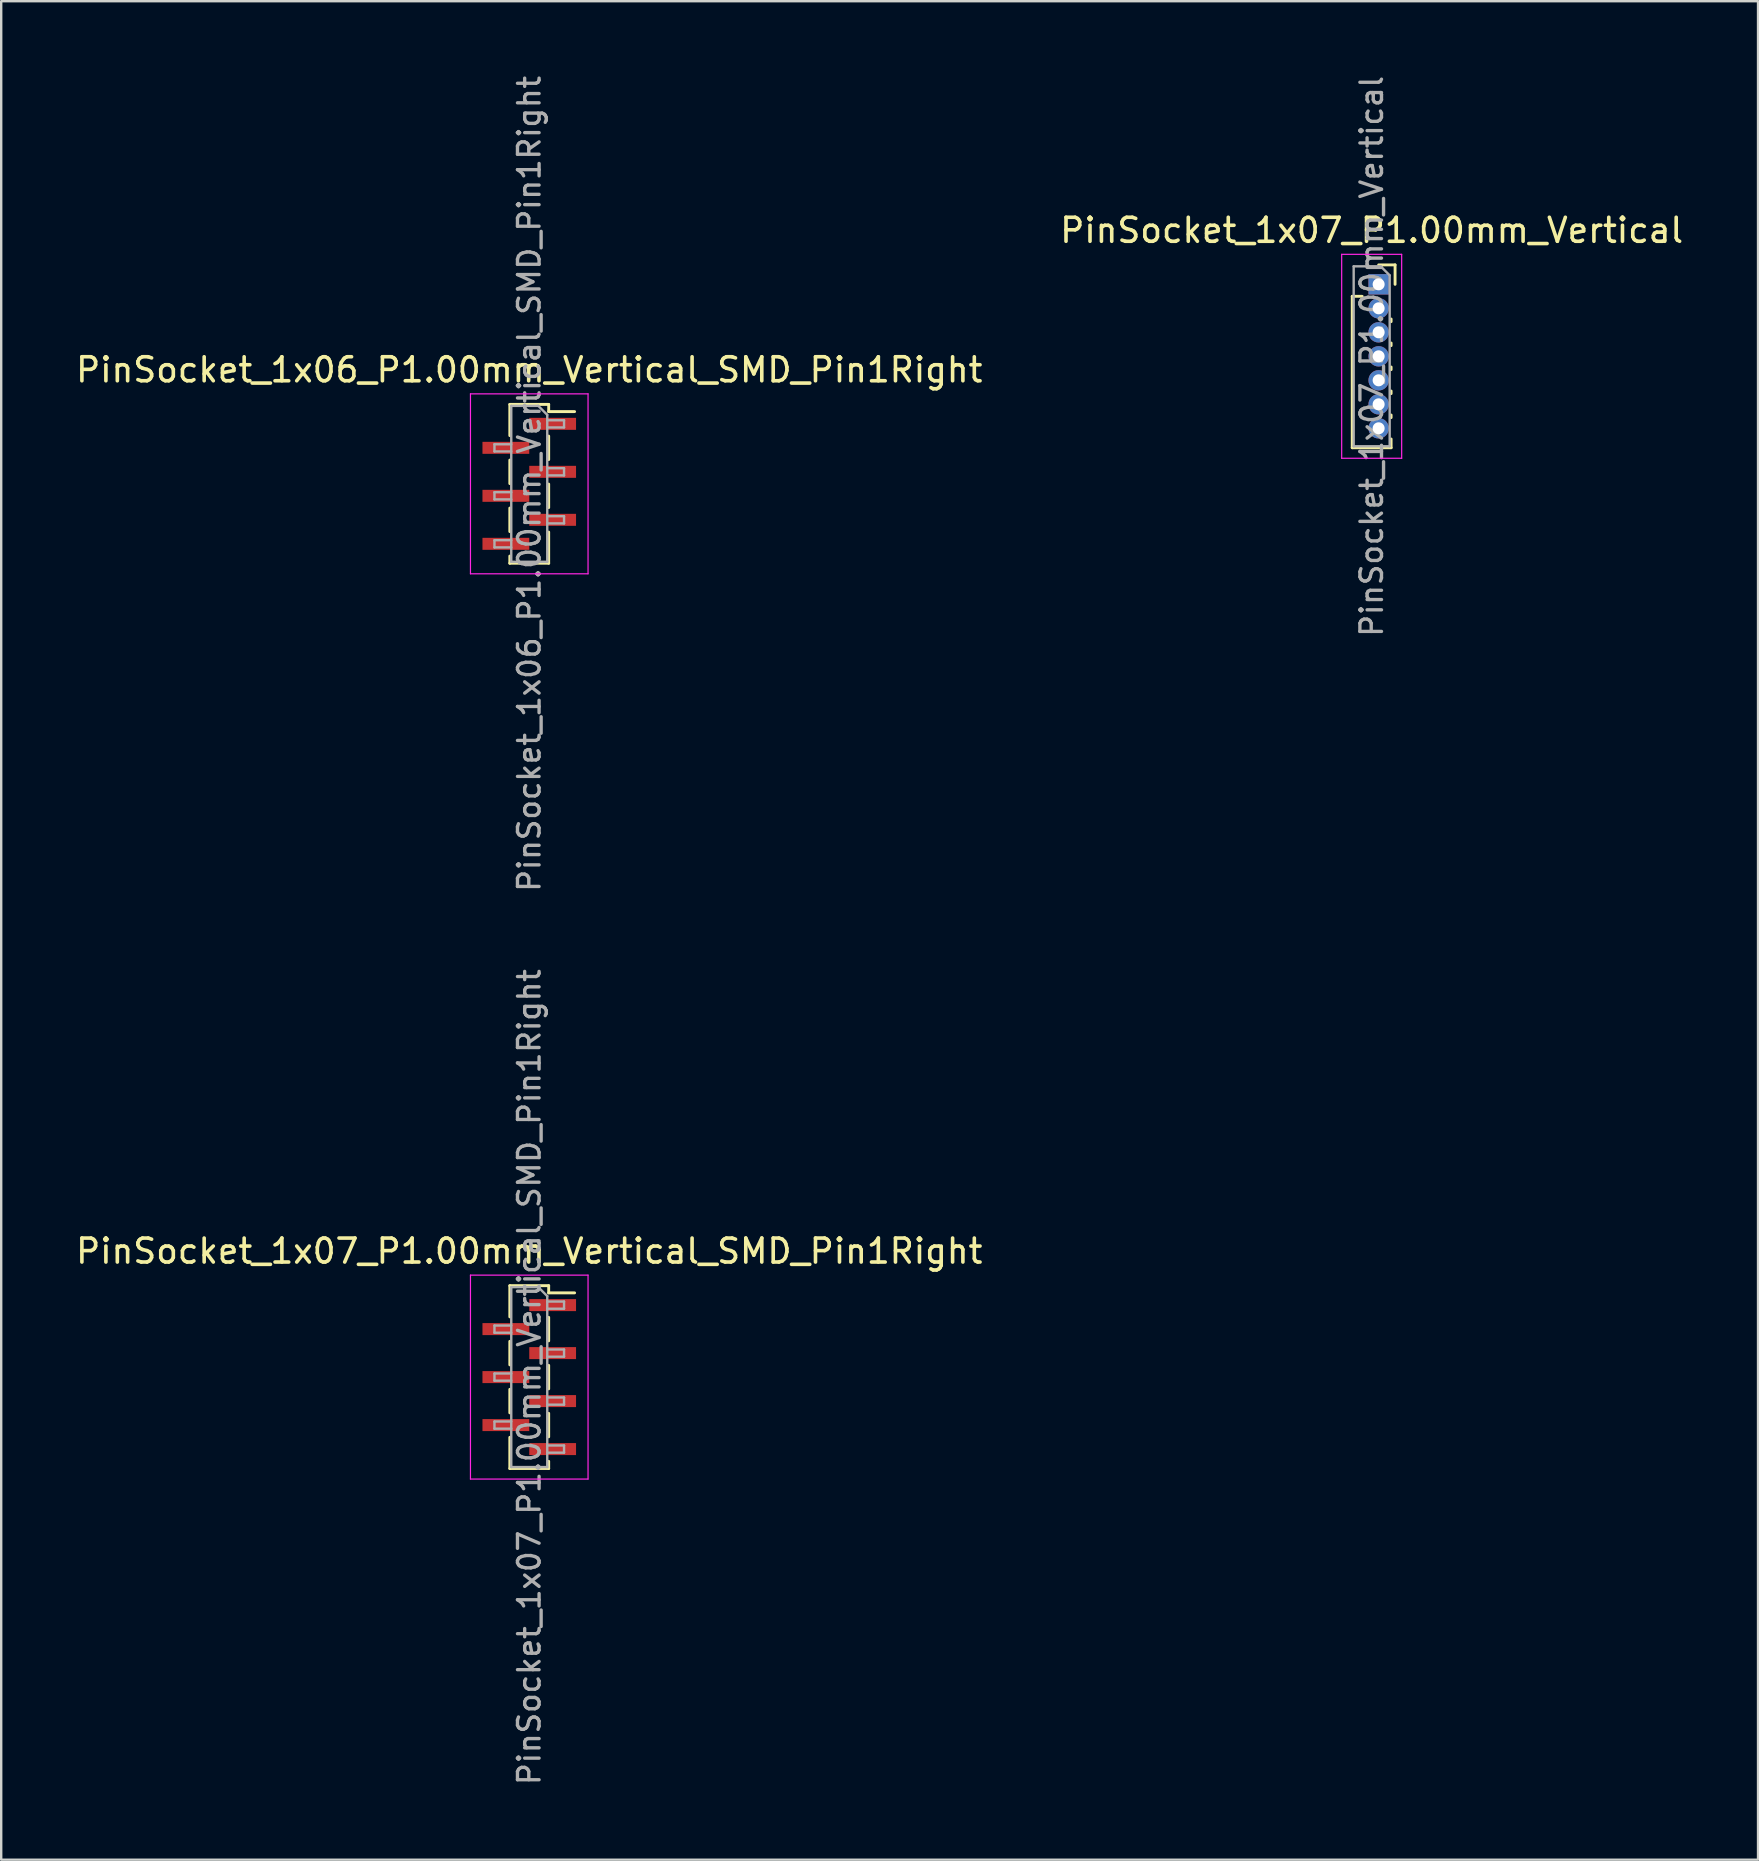
<source format=kicad_pcb>
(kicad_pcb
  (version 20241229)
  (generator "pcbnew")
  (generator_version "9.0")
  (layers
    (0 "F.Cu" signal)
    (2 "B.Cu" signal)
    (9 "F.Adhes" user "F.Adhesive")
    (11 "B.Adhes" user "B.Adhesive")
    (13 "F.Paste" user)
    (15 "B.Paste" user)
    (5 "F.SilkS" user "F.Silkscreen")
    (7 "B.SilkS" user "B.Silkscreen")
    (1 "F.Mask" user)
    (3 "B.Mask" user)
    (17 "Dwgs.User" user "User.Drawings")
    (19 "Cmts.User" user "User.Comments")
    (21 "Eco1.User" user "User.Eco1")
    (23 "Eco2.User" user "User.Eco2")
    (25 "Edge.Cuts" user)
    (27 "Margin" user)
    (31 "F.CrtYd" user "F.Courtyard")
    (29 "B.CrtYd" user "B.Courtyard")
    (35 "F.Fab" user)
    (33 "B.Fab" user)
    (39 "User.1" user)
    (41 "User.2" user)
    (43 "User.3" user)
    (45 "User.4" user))
  (footprint "PinSocket_1x06_P1.00mm_Vertical_SMD_Pin1Right"
    (layer "F.Cu")
    (at 19.006 17.113)
    (property "Reference" "PinSocket_1x06_P1.00mm_Vertical_SMD_Pin1Right" (at 0 -4.75 0) (layer "F.SilkS") (effects (font (size 1 1) (thickness 0.15))))
    (attr smd)
    (fp_line (start -0.81 -3.31) (end -0.81 -2.01) (stroke (width 0.12) (type solid)) (layer "F.SilkS"))
    (fp_line (start -0.81 -3.31) (end 0.81 -3.31) (stroke (width 0.12) (type solid)) (layer "F.SilkS"))
    (fp_line (start -0.81 -0.99) (end -0.81 -0.01) (stroke (width 0.12) (type solid)) (layer "F.SilkS"))
    (fp_line (start -0.81 1.01) (end -0.81 1.99) (stroke (width 0.12) (type solid)) (layer "F.SilkS"))
    (fp_line (start -0.81 3.01) (end -0.81 3.31) (stroke (width 0.12) (type solid)) (layer "F.SilkS"))
    (fp_line (start -0.81 3.31) (end 0.81 3.31) (stroke (width 0.12) (type solid)) (layer "F.SilkS"))
    (fp_line (start 0.81 -3.31) (end 0.81 -3.01) (stroke (width 0.12) (type solid)) (layer "F.SilkS"))
    (fp_line (start 0.81 -3.01) (end 1.89 -3.01) (stroke (width 0.12) (type solid)) (layer "F.SilkS"))
    (fp_line (start 0.81 -1.99) (end 0.81 -1.01) (stroke (width 0.12) (type solid)) (layer "F.SilkS"))
    (fp_line (start 0.81 0.01) (end 0.81 0.99) (stroke (width 0.12) (type solid)) (layer "F.SilkS"))
    (fp_line (start 0.81 2.01) (end 0.81 3.31) (stroke (width 0.12) (type solid)) (layer "F.SilkS"))
    (fp_line (start -2.45 -3.75) (end 2.45 -3.75) (stroke (width 0.05) (type solid)) (layer "F.CrtYd"))
    (fp_line (start -2.45 3.75) (end -2.45 -3.75) (stroke (width 0.05) (type solid)) (layer "F.CrtYd"))
    (fp_line (start 2.45 -3.75) (end 2.45 3.75) (stroke (width 0.05) (type solid)) (layer "F.CrtYd"))
    (fp_line (start 2.45 3.75) (end -2.45 3.75) (stroke (width 0.05) (type solid)) (layer "F.CrtYd"))
    (fp_line (start -1.45 -1.65) (end -0.75 -1.65) (stroke (width 0.1) (type solid)) (layer "F.Fab"))
    (fp_line (start -1.45 -1.35) (end -1.45 -1.65) (stroke (width 0.1) (type solid)) (layer "F.Fab"))
    (fp_line (start -1.45 0.35) (end -0.75 0.35) (stroke (width 0.1) (type solid)) (layer "F.Fab"))
    (fp_line (start -1.45 0.65) (end -1.45 0.35) (stroke (width 0.1) (type solid)) (layer "F.Fab"))
    (fp_line (start -1.45 2.35) (end -0.75 2.35) (stroke (width 0.1) (type solid)) (layer "F.Fab"))
    (fp_line (start -1.45 2.65) (end -1.45 2.35) (stroke (width 0.1) (type solid)) (layer "F.Fab"))
    (fp_line (start -0.75 -3.25) (end 0.375 -3.25) (stroke (width 0.1) (type solid)) (layer "F.Fab"))
    (fp_line (start -0.75 -1.35) (end -1.45 -1.35) (stroke (width 0.1) (type solid)) (layer "F.Fab"))
    (fp_line (start -0.75 0.65) (end -1.45 0.65) (stroke (width 0.1) (type solid)) (layer "F.Fab"))
    (fp_line (start -0.75 2.65) (end -1.45 2.65) (stroke (width 0.1) (type solid)) (layer "F.Fab"))
    (fp_line (start -0.75 3.25) (end -0.75 -3.25) (stroke (width 0.1) (type solid)) (layer "F.Fab"))
    (fp_line (start 0.375 -3.25) (end 0.75 -2.875) (stroke (width 0.1) (type solid)) (layer "F.Fab"))
    (fp_line (start 0.75 -2.875) (end 0.75 3.25) (stroke (width 0.1) (type solid)) (layer "F.Fab"))
    (fp_line (start 0.75 -2.65) (end 1.45 -2.65) (stroke (width 0.1) (type solid)) (layer "F.Fab"))
    (fp_line (start 0.75 -0.65) (end 1.45 -0.65) (stroke (width 0.1) (type solid)) (layer "F.Fab"))
    (fp_line (start 0.75 1.35) (end 1.45 1.35) (stroke (width 0.1) (type solid)) (layer "F.Fab"))
    (fp_line (start 0.75 3.25) (end -0.75 3.25) (stroke (width 0.1) (type solid)) (layer "F.Fab"))
    (fp_line (start 1.45 -2.65) (end 1.45 -2.35) (stroke (width 0.1) (type solid)) (layer "F.Fab"))
    (fp_line (start 1.45 -2.35) (end 0.75 -2.35) (stroke (width 0.1) (type solid)) (layer "F.Fab"))
    (fp_line (start 1.45 -0.65) (end 1.45 -0.35) (stroke (width 0.1) (type solid)) (layer "F.Fab"))
    (fp_line (start 1.45 -0.35) (end 0.75 -0.35) (stroke (width 0.1) (type solid)) (layer "F.Fab"))
    (fp_line (start 1.45 1.35) (end 1.45 1.65) (stroke (width 0.1) (type solid)) (layer "F.Fab"))
    (fp_line (start 1.45 1.65) (end 0.75 1.65) (stroke (width 0.1) (type solid)) (layer "F.Fab"))
    (fp_text user "${REFERENCE}" (at 0 0 90) (layer "F.Fab") (effects (font (size 0.9 0.9) (thickness 0.14))))
    (pad "1" smd rect (at 0.975 -2.5) (size 1.95 0.5) (layers "F.Cu" "F.Mask" "F.Paste"))
    (pad "2" smd rect (at -0.975 -1.5) (size 1.95 0.5) (layers "F.Cu" "F.Mask" "F.Paste"))
    (pad "3" smd rect (at 0.975 -0.5) (size 1.95 0.5) (layers "F.Cu" "F.Mask" "F.Paste"))
    (pad "4" smd rect (at -0.975 0.5) (size 1.95 0.5) (layers "F.Cu" "F.Mask" "F.Paste"))
    (pad "5" smd rect (at 0.975 1.5) (size 1.95 0.5) (layers "F.Cu" "F.Mask" "F.Paste"))
    (pad "6" smd rect (at -0.975 2.5) (size 1.95 0.5) (layers "F.Cu" "F.Mask" "F.Paste")))
  (footprint "PinSocket_1x07_P1.00mm_Vertical"
    (layer "F.Cu")
    (at 54.403 8.799)
    (property "Reference" "PinSocket_1x07_P1.00mm_Vertical" (at -0.29 -2.25 0) (layer "F.SilkS") (effects (font (size 1 1) (thickness 0.15))))
    (attr through_hole)
    (fp_line (start -1.1 0.5) (end -1.1 6.81) (stroke (width 0.12) (type solid)) (layer "F.SilkS"))
    (fp_line (start -1.1 0.5) (end -0.685 0.5) (stroke (width 0.12) (type solid)) (layer "F.SilkS"))
    (fp_line (start -1.1 6.81) (end 0.52 6.81) (stroke (width 0.12) (type solid)) (layer "F.SilkS"))
    (fp_line (start 0 -0.81) (end 0.685 -0.81) (stroke (width 0.12) (type solid)) (layer "F.SilkS"))
    (fp_line (start 0.52 1.446) (end 0.52 1.554) (stroke (width 0.12) (type solid)) (layer "F.SilkS"))
    (fp_line (start 0.52 2.446) (end 0.52 2.554) (stroke (width 0.12) (type solid)) (layer "F.SilkS"))
    (fp_line (start 0.52 3.446) (end 0.52 3.554) (stroke (width 0.12) (type solid)) (layer "F.SilkS"))
    (fp_line (start 0.52 4.446) (end 0.52 4.554) (stroke (width 0.12) (type solid)) (layer "F.SilkS"))
    (fp_line (start 0.52 5.446) (end 0.52 5.554) (stroke (width 0.12) (type solid)) (layer "F.SilkS"))
    (fp_line (start 0.52 6.446) (end 0.52 6.81) (stroke (width 0.12) (type solid)) (layer "F.SilkS"))
    (fp_line (start 0.685 -0.81) (end 0.685 0) (stroke (width 0.12) (type solid)) (layer "F.SilkS"))
    (fp_line (start -1.54 -1.25) (end 0.96 -1.25) (stroke (width 0.05) (type solid)) (layer "F.CrtYd"))
    (fp_line (start -1.54 7.25) (end -1.54 -1.25) (stroke (width 0.05) (type solid)) (layer "F.CrtYd"))
    (fp_line (start 0.96 -1.25) (end 0.96 7.25) (stroke (width 0.05) (type solid)) (layer "F.CrtYd"))
    (fp_line (start 0.96 7.25) (end -1.54 7.25) (stroke (width 0.05) (type solid)) (layer "F.CrtYd"))
    (fp_line (start -1.04 -0.75) (end 0.085 -0.75) (stroke (width 0.1) (type solid)) (layer "F.Fab"))
    (fp_line (start -1.04 6.75) (end -1.04 -0.75) (stroke (width 0.1) (type solid)) (layer "F.Fab"))
    (fp_line (start 0.085 -0.75) (end 0.46 -0.375) (stroke (width 0.1) (type solid)) (layer "F.Fab"))
    (fp_line (start 0.46 -0.375) (end 0.46 6.75) (stroke (width 0.1) (type solid)) (layer "F.Fab"))
    (fp_line (start 0.46 6.75) (end -1.04 6.75) (stroke (width 0.1) (type solid)) (layer "F.Fab"))
    (fp_text user "${REFERENCE}" (at -0.29 3 90) (layer "F.Fab") (effects (font (size 0.9 0.9) (thickness 0.14))))
    (pad "1" thru_hole rect (at 0 0) (size 0.85 0.85) (drill 0.5) (layers "*.Cu" "*.Mask"))
    (pad "2" thru_hole oval (at 0 1) (size 0.85 0.85) (drill 0.5) (layers "*.Cu" "*.Mask"))
    (pad "3" thru_hole oval (at 0 2) (size 0.85 0.85) (drill 0.5) (layers "*.Cu" "*.Mask"))
    (pad "4" thru_hole oval (at 0 3) (size 0.85 0.85) (drill 0.5) (layers "*.Cu" "*.Mask"))
    (pad "5" thru_hole oval (at 0 4) (size 0.85 0.85) (drill 0.5) (layers "*.Cu" "*.Mask"))
    (pad "6" thru_hole oval (at 0 5) (size 0.85 0.85) (drill 0.5) (layers "*.Cu" "*.Mask"))
    (pad "7" thru_hole oval (at 0 6) (size 0.85 0.85) (drill 0.5) (layers "*.Cu" "*.Mask")))
  (footprint "PinSocket_1x07_P1.00mm_Vertical_SMD_Pin1Right"
    (layer "F.Cu")
    (at 19.006 54.339)
    (property "Reference" "PinSocket_1x07_P1.00mm_Vertical_SMD_Pin1Right" (at 0 -5.25 0) (layer "F.SilkS") (effects (font (size 1 1) (thickness 0.15))))
    (attr smd)
    (fp_line (start -0.81 -3.81) (end -0.81 -2.51) (stroke (width 0.12) (type solid)) (layer "F.SilkS"))
    (fp_line (start -0.81 -3.81) (end 0.81 -3.81) (stroke (width 0.12) (type solid)) (layer "F.SilkS"))
    (fp_line (start -0.81 -1.49) (end -0.81 -0.51) (stroke (width 0.12) (type solid)) (layer "F.SilkS"))
    (fp_line (start -0.81 0.51) (end -0.81 1.49) (stroke (width 0.12) (type solid)) (layer "F.SilkS"))
    (fp_line (start -0.81 2.51) (end -0.81 3.81) (stroke (width 0.12) (type solid)) (layer "F.SilkS"))
    (fp_line (start -0.81 3.81) (end 0.81 3.81) (stroke (width 0.12) (type solid)) (layer "F.SilkS"))
    (fp_line (start 0.81 -3.81) (end 0.81 -3.51) (stroke (width 0.12) (type solid)) (layer "F.SilkS"))
    (fp_line (start 0.81 -3.51) (end 1.89 -3.51) (stroke (width 0.12) (type solid)) (layer "F.SilkS"))
    (fp_line (start 0.81 -2.49) (end 0.81 -1.51) (stroke (width 0.12) (type solid)) (layer "F.SilkS"))
    (fp_line (start 0.81 -0.49) (end 0.81 0.49) (stroke (width 0.12) (type solid)) (layer "F.SilkS"))
    (fp_line (start 0.81 1.51) (end 0.81 2.49) (stroke (width 0.12) (type solid)) (layer "F.SilkS"))
    (fp_line (start 0.81 3.51) (end 0.81 3.81) (stroke (width 0.12) (type solid)) (layer "F.SilkS"))
    (fp_line (start -2.45 -4.25) (end 2.45 -4.25) (stroke (width 0.05) (type solid)) (layer "F.CrtYd"))
    (fp_line (start -2.45 4.25) (end -2.45 -4.25) (stroke (width 0.05) (type solid)) (layer "F.CrtYd"))
    (fp_line (start 2.45 -4.25) (end 2.45 4.25) (stroke (width 0.05) (type solid)) (layer "F.CrtYd"))
    (fp_line (start 2.45 4.25) (end -2.45 4.25) (stroke (width 0.05) (type solid)) (layer "F.CrtYd"))
    (fp_line (start -1.45 -2.15) (end -0.75 -2.15) (stroke (width 0.1) (type solid)) (layer "F.Fab"))
    (fp_line (start -1.45 -1.85) (end -1.45 -2.15) (stroke (width 0.1) (type solid)) (layer "F.Fab"))
    (fp_line (start -1.45 -0.15) (end -0.75 -0.15) (stroke (width 0.1) (type solid)) (layer "F.Fab"))
    (fp_line (start -1.45 0.15) (end -1.45 -0.15) (stroke (width 0.1) (type solid)) (layer "F.Fab"))
    (fp_line (start -1.45 1.85) (end -0.75 1.85) (stroke (width 0.1) (type solid)) (layer "F.Fab"))
    (fp_line (start -1.45 2.15) (end -1.45 1.85) (stroke (width 0.1) (type solid)) (layer "F.Fab"))
    (fp_line (start -0.75 -3.75) (end 0.375 -3.75) (stroke (width 0.1) (type solid)) (layer "F.Fab"))
    (fp_line (start -0.75 -1.85) (end -1.45 -1.85) (stroke (width 0.1) (type solid)) (layer "F.Fab"))
    (fp_line (start -0.75 0.15) (end -1.45 0.15) (stroke (width 0.1) (type solid)) (layer "F.Fab"))
    (fp_line (start -0.75 2.15) (end -1.45 2.15) (stroke (width 0.1) (type solid)) (layer "F.Fab"))
    (fp_line (start -0.75 3.75) (end -0.75 -3.75) (stroke (width 0.1) (type solid)) (layer "F.Fab"))
    (fp_line (start 0.375 -3.75) (end 0.75 -3.375) (stroke (width 0.1) (type solid)) (layer "F.Fab"))
    (fp_line (start 0.75 -3.375) (end 0.75 3.75) (stroke (width 0.1) (type solid)) (layer "F.Fab"))
    (fp_line (start 0.75 -3.15) (end 1.45 -3.15) (stroke (width 0.1) (type solid)) (layer "F.Fab"))
    (fp_line (start 0.75 -1.15) (end 1.45 -1.15) (stroke (width 0.1) (type solid)) (layer "F.Fab"))
    (fp_line (start 0.75 0.85) (end 1.45 0.85) (stroke (width 0.1) (type solid)) (layer "F.Fab"))
    (fp_line (start 0.75 2.85) (end 1.45 2.85) (stroke (width 0.1) (type solid)) (layer "F.Fab"))
    (fp_line (start 0.75 3.75) (end -0.75 3.75) (stroke (width 0.1) (type solid)) (layer "F.Fab"))
    (fp_line (start 1.45 -3.15) (end 1.45 -2.85) (stroke (width 0.1) (type solid)) (layer "F.Fab"))
    (fp_line (start 1.45 -2.85) (end 0.75 -2.85) (stroke (width 0.1) (type solid)) (layer "F.Fab"))
    (fp_line (start 1.45 -1.15) (end 1.45 -0.85) (stroke (width 0.1) (type solid)) (layer "F.Fab"))
    (fp_line (start 1.45 -0.85) (end 0.75 -0.85) (stroke (width 0.1) (type solid)) (layer "F.Fab"))
    (fp_line (start 1.45 0.85) (end 1.45 1.15) (stroke (width 0.1) (type solid)) (layer "F.Fab"))
    (fp_line (start 1.45 1.15) (end 0.75 1.15) (stroke (width 0.1) (type solid)) (layer "F.Fab"))
    (fp_line (start 1.45 2.85) (end 1.45 3.15) (stroke (width 0.1) (type solid)) (layer "F.Fab"))
    (fp_line (start 1.45 3.15) (end 0.75 3.15) (stroke (width 0.1) (type solid)) (layer "F.Fab"))
    (fp_text user "${REFERENCE}" (at 0 0 90) (layer "F.Fab") (effects (font (size 0.9 0.9) (thickness 0.14))))
    (pad "1" smd rect (at 0.975 -3) (size 1.95 0.5) (layers "F.Cu" "F.Mask" "F.Paste"))
    (pad "2" smd rect (at -0.975 -2) (size 1.95 0.5) (layers "F.Cu" "F.Mask" "F.Paste"))
    (pad "3" smd rect (at 0.975 -1) (size 1.95 0.5) (layers "F.Cu" "F.Mask" "F.Paste"))
    (pad "4" smd rect (at -0.975 0) (size 1.95 0.5) (layers "F.Cu" "F.Mask" "F.Paste"))
    (pad "5" smd rect (at 0.975 1) (size 1.95 0.5) (layers "F.Cu" "F.Mask" "F.Paste"))
    (pad "6" smd rect (at -0.975 2) (size 1.95 0.5) (layers "F.Cu" "F.Mask" "F.Paste"))
    (pad "7" smd rect (at 0.975 3) (size 1.95 0.5) (layers "F.Cu" "F.Mask" "F.Paste")))
  (gr_rect
    (start -3 -3)
    (end 70.214 74.451)
    (stroke (width 0.1) (type default))
    (fill no)
    (layer "Edge.Cuts")))
</source>
